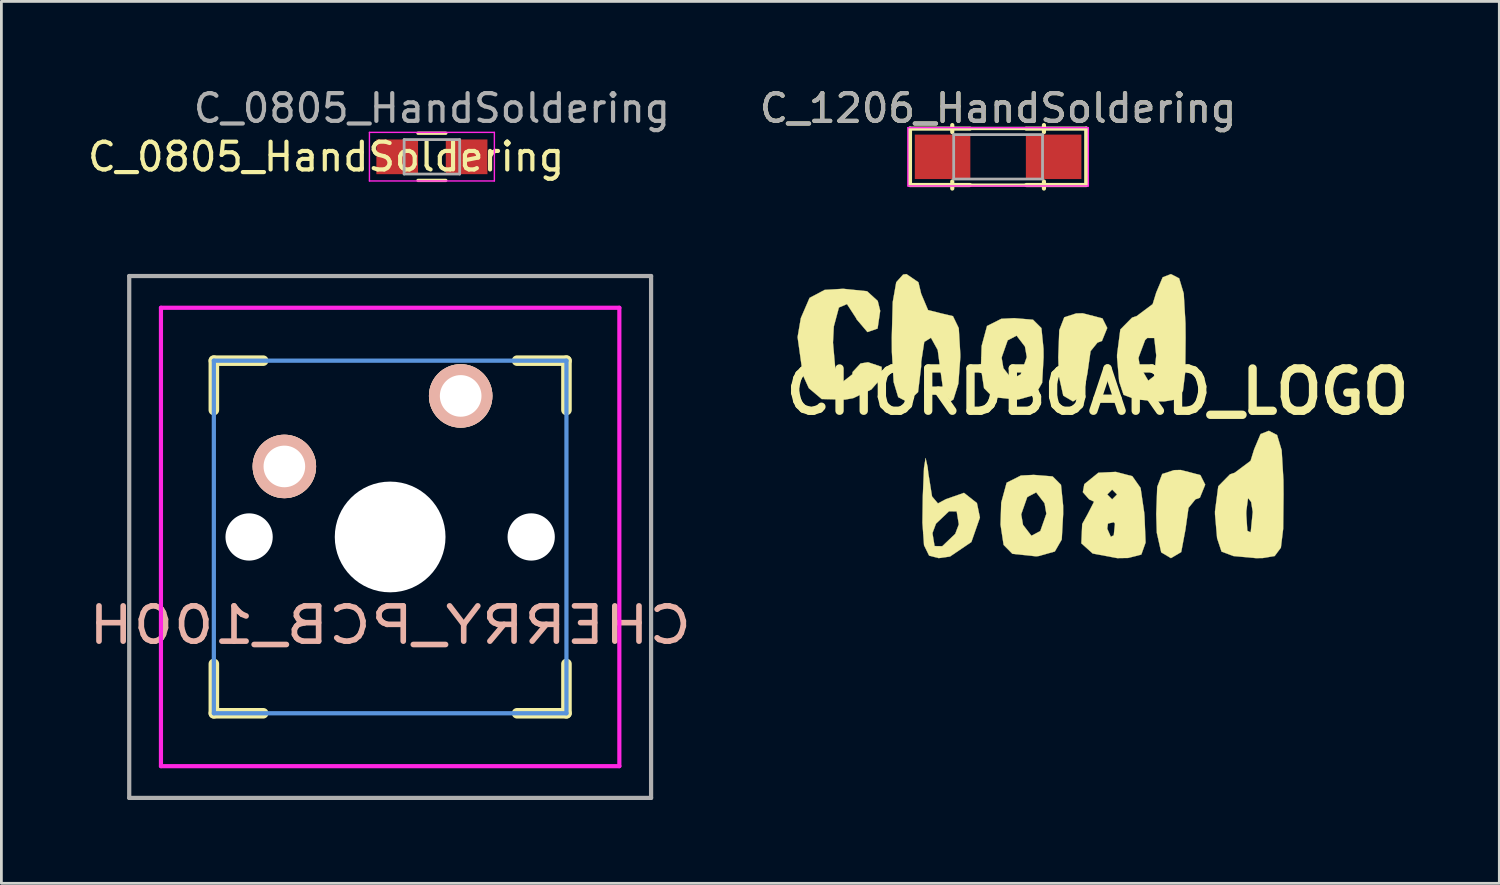
<source format=kicad_pcb>
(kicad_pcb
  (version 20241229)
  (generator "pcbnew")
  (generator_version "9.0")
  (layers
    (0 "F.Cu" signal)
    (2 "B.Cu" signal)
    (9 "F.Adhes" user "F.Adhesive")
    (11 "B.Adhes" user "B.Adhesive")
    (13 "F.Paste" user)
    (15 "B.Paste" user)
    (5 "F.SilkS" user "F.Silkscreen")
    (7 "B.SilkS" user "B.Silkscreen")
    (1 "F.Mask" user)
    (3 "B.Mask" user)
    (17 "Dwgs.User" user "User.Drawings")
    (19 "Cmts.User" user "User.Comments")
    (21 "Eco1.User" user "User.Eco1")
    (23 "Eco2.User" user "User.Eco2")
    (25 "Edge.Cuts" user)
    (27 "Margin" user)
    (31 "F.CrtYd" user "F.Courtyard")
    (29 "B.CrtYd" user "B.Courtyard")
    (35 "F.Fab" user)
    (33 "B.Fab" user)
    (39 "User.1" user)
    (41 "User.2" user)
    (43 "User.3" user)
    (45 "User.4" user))
  (footprint "CHERRY_PCB_100H"
    (layer "F.Cu")
    (at 11.002 16.29)
    (property "Reference" "CHERRY_PCB_100H" (at 0 3.175 0) (layer "B.SilkS") (effects (font (size 1.27 1.524) (thickness 0.203)) (justify mirror)))
    (attr through_hole)
    (fp_line (start -6.35 -6.35) (end -4.572 -6.35) (stroke (width 0.381) (type solid)) (layer "F.SilkS"))
    (fp_line (start -6.35 -4.572) (end -6.35 -6.35) (stroke (width 0.381) (type solid)) (layer "F.SilkS"))
    (fp_line (start -6.35 6.35) (end -6.35 4.572) (stroke (width 0.381) (type solid)) (layer "F.SilkS"))
    (fp_line (start -4.572 6.35) (end -6.35 6.35) (stroke (width 0.381) (type solid)) (layer "F.SilkS"))
    (fp_line (start 4.572 -6.35) (end 6.35 -6.35) (stroke (width 0.381) (type solid)) (layer "F.SilkS"))
    (fp_line (start 6.35 -6.35) (end 6.35 -4.572) (stroke (width 0.381) (type solid)) (layer "F.SilkS"))
    (fp_line (start 6.35 4.572) (end 6.35 6.35) (stroke (width 0.381) (type solid)) (layer "F.SilkS"))
    (fp_line (start 6.35 6.35) (end 4.572 6.35) (stroke (width 0.381) (type solid)) (layer "F.SilkS"))
    (fp_line (start -6.35 -6.35) (end 6.35 -6.35) (stroke (width 0.152) (type solid)) (layer "Cmts.User"))
    (fp_line (start -6.35 6.35) (end -6.35 -6.35) (stroke (width 0.152) (type solid)) (layer "Cmts.User"))
    (fp_line (start 6.35 -6.35) (end 6.35 6.35) (stroke (width 0.152) (type solid)) (layer "Cmts.User"))
    (fp_line (start 6.35 6.35) (end -6.35 6.35) (stroke (width 0.152) (type solid)) (layer "Cmts.User"))
    (fp_line (start -6.985 -6.985) (end 6.985 -6.985) (stroke (width 0.152) (type solid)) (layer "Eco2.User"))
    (fp_line (start -6.985 6.985) (end -6.985 -6.985) (stroke (width 0.152) (type solid)) (layer "Eco2.User"))
    (fp_line (start 6.985 -6.985) (end 6.985 6.985) (stroke (width 0.152) (type solid)) (layer "Eco2.User"))
    (fp_line (start 6.985 6.985) (end -6.985 6.985) (stroke (width 0.152) (type solid)) (layer "Eco2.User"))
    (fp_line (start -8.255 -8.255) (end 8.255 -8.255) (stroke (width 0.15) (type solid)) (layer "F.CrtYd"))
    (fp_line (start -8.255 8.255) (end -8.255 -8.255) (stroke (width 0.15) (type solid)) (layer "F.CrtYd"))
    (fp_line (start 8.255 -8.255) (end 8.255 8.255) (stroke (width 0.15) (type solid)) (layer "F.CrtYd"))
    (fp_line (start 8.255 8.255) (end -8.255 8.255) (stroke (width 0.15) (type solid)) (layer "F.CrtYd"))
    (fp_line (start -9.398 -9.398) (end 9.398 -9.398) (stroke (width 0.152) (type solid)) (layer "F.Fab"))
    (fp_line (start -9.398 9.398) (end -9.398 -9.398) (stroke (width 0.152) (type solid)) (layer "F.Fab"))
    (fp_line (start 9.398 -9.398) (end 9.398 9.398) (stroke (width 0.152) (type solid)) (layer "F.Fab"))
    (fp_line (start 9.398 9.398) (end -9.398 9.398) (stroke (width 0.152) (type solid)) (layer "F.Fab"))
    (pad "" np_thru_hole circle (at -5.08 0) (size 1.702 1.702) (drill 1.702) (layers "*.Cu"))
    (pad "" np_thru_hole circle (at 0 0) (size 3.988 3.988) (drill 3.988) (layers "*.Cu"))
    (pad "" np_thru_hole circle (at 5.08 0) (size 1.702 1.702) (drill 1.702) (layers "*.Cu"))
    (pad "1" thru_hole circle (at 2.54 -5.08) (size 2.286 2.286) (drill 1.499) (layers "*.Cu" "*.SilkS" "*.Mask"))
    (pad "2" thru_hole circle (at -3.81 -2.54) (size 2.286 2.286) (drill 1.499) (layers "*.Cu" "*.SilkS" "*.Mask")))
  (footprint "CHORDBOARD_LOGO"
    (layer "F.Cu")
    (at 36.477 11.055)
    (property "Reference" "CHORDBOARD_LOGO" (at 0 0 0) (layer "F.SilkS") (effects (font (size 1.524 1.524) (thickness 0.3))))
    (attr through_hole)
    (fp_poly (pts (xy 0.18 -2.638) (xy 0.353 -2.293) (xy 0.162 -1.824) (xy 0 -1.764) (xy -0.248 -1.457) (xy -0.353 -0.719) (xy -0.353 -0.706) (xy -0.511 0.135) (xy -0.882 0.353) (xy -1.231 0.145) (xy -1.39 -0.561) (xy -1.411 -1.235) (xy -1.375 -2.214) (xy -1.195 -2.678) (xy -0.767 -2.816) (xy -0.529 -2.822) (xy 0.18 -2.638)) (stroke (width 0.01) (type solid)) (fill yes) (layer "F.SilkS"))
    (fp_poly (pts (xy 3.708 3.006) (xy 3.881 3.351) (xy 3.69 3.821) (xy 3.528 3.881) (xy 3.28 4.187) (xy 3.175 4.926) (xy 3.175 4.939) (xy 3.017 5.779) (xy 2.646 5.997) (xy 2.297 5.789) (xy 2.138 5.083) (xy 2.117 4.41) (xy 2.153 3.43) (xy 2.333 2.966) (xy 2.761 2.828) (xy 2.999 2.822) (xy 3.708 3.006)) (stroke (width 0.01) (type solid)) (fill yes) (layer "F.SilkS"))
    (fp_poly (pts (xy -2.32 -2.59) (xy -2.018 -2.288) (xy -1.942 -1.538) (xy -1.94 -1.235) (xy -1.992 -0.318) (xy -2.239 0.114) (xy -2.822 0.277) (xy -2.912 0.288) (xy -3.769 0.197) (xy -4.085 -0.123) (xy -4.197 -0.852) (xy -4.185 -1.225) (xy -3.452 -1.225) (xy -3.387 -0.847) (xy -3.085 -0.454) (xy -2.764 -0.623) (xy -2.545 -1.244) (xy -2.611 -1.623) (xy -2.912 -2.016) (xy -3.233 -1.847) (xy -3.452 -1.225) (xy -4.185 -1.225) (xy -4.171 -1.646) (xy -3.977 -2.364) (xy -3.462 -2.623) (xy -2.999 -2.646) (xy -2.32 -2.59)) (stroke (width 0.01) (type solid)) (fill yes) (layer "F.SilkS"))
    (fp_poly (pts (xy -1.614 3.054) (xy -1.313 3.356) (xy -1.236 4.107) (xy -1.235 4.41) (xy -1.286 5.327) (xy -1.534 5.758) (xy -2.116 5.922) (xy -2.207 5.933) (xy -3.064 5.842) (xy -3.38 5.521) (xy -3.491 4.792) (xy -3.479 4.419) (xy -2.746 4.419) (xy -2.681 4.798) (xy -2.379 5.191) (xy -2.058 5.022) (xy -1.84 4.4) (xy -1.905 4.022) (xy -2.207 3.629) (xy -2.528 3.798) (xy -2.746 4.419) (xy -3.479 4.419) (xy -3.466 3.999) (xy -3.271 3.281) (xy -2.756 3.022) (xy -2.293 2.999) (xy -1.614 3.054)) (stroke (width 0.01) (type solid)) (fill yes) (layer "F.SilkS"))
    (fp_poly (pts (xy -6.116 2.722) (xy -6.092 2.935) (xy -5.957 3.776) (xy -5.745 4.027) (xy -5.461 3.875) (xy -4.808 3.646) (xy -4.341 4.013) (xy -4.233 4.536) (xy -4.541 5.418) (xy -5.311 5.94) (xy -5.715 5.997) (xy -6.063 5.907) (xy -6.246 5.534) (xy -6.277 5.097) (xy -5.943 5.097) (xy -5.866 5.563) (xy -5.59 5.568) (xy -5.122 5.122) (xy -4.993 4.781) (xy -5.07 4.315) (xy -5.346 4.31) (xy -5.815 4.755) (xy -5.943 5.097) (xy -6.277 5.097) (xy -6.304 4.722) (xy -6.291 3.792) (xy -6.247 2.745) (xy -6.19 2.392) (xy -6.116 2.722)) (stroke (width 0.01) (type solid)) (fill yes) (layer "F.SilkS"))
    (fp_poly (pts (xy -6.448 -3.939) (xy -6.35 -3.528) (xy -6.101 -2.938) (xy -5.644 -2.822) (xy -5.204 -2.718) (xy -4.995 -2.287) (xy -4.939 -1.349) (xy -4.939 -1.235) (xy -5.009 -0.288) (xy -5.186 0.28) (xy -5.292 0.353) (xy -5.541 0.047) (xy -5.644 -0.685) (xy -5.753 -1.499) (xy -5.997 -1.94) (xy -6.237 -1.791) (xy -6.347 -1.073) (xy -6.35 -0.903) (xy -6.461 0.019) (xy -6.817 0.349) (xy -6.879 0.353) (xy -7.176 0.2) (xy -7.341 -0.347) (xy -7.404 -1.42) (xy -7.408 -1.94) (xy -7.373 -3.226) (xy -7.247 -3.941) (xy -6.999 -4.217) (xy -6.879 -4.233) (xy -6.448 -3.939)) (stroke (width 0.01) (type solid)) (fill yes) (layer "F.SilkS"))
    (fp_poly (pts (xy -8.298 -3.616) (xy -7.913 -3.266) (xy -7.825 -2.91) (xy -7.919 -2.271) (xy -8.284 -2.145) (xy -8.676 -2.607) (xy -8.692 -2.646) (xy -9.021 -3.153) (xy -9.312 -3.029) (xy -9.495 -2.346) (xy -9.525 -1.764) (xy -9.447 -0.88) (xy -9.251 -0.389) (xy -9.172 -0.353) (xy -8.83 -0.621) (xy -8.819 -0.706) (xy -8.532 -1.014) (xy -8.264 -1.058) (xy -7.773 -0.893) (xy -7.767 -0.509) (xy -8.144 -0.076) (xy -8.8 0.236) (xy -9.087 0.287) (xy -9.932 0.267) (xy -10.396 -0.125) (xy -10.609 -0.595) (xy -10.8 -1.962) (xy -10.684 -2.646) (xy -10.369 -3.376) (xy -9.826 -3.664) (xy -9.159 -3.704) (xy -8.298 -3.616)) (stroke (width 0.01) (type solid)) (fill yes) (layer "F.SilkS"))
    (fp_poly (pts (xy 2.943 -4.08) (xy 3.108 -3.533) (xy 3.171 -2.461) (xy 3.175 -1.94) (xy 3.163 -0.709) (xy 3.079 -0.023) (xy 2.855 0.277) (xy 2.421 0.351) (xy 2.175 0.353) (xy 1.368 0.277) (xy 0.941 0.118) (xy 0.781 -0.365) (xy 0.707 -1.217) (xy 1.477 -1.217) (xy 1.53 -0.906) (xy 1.83 -0.396) (xy 2.041 -0.559) (xy 2.117 -1.305) (xy 2.046 -1.93) (xy 1.799 -1.933) (xy 1.717 -1.858) (xy 1.477 -1.217) (xy 0.707 -1.217) (xy 0.706 -1.227) (xy 0.706 -1.327) (xy 0.824 -2.237) (xy 1.246 -2.665) (xy 1.411 -2.72) (xy 1.988 -3.151) (xy 2.117 -3.569) (xy 2.349 -4.118) (xy 2.646 -4.233) (xy 2.943 -4.08)) (stroke (width 0.01) (type solid)) (fill yes) (layer "F.SilkS"))
    (fp_poly (pts (xy 6.47 1.564) (xy 6.635 2.111) (xy 6.699 3.184) (xy 6.703 3.704) (xy 6.69 4.936) (xy 6.607 5.622) (xy 6.383 5.922) (xy 5.949 5.995) (xy 5.703 5.997) (xy 4.895 5.922) (xy 4.469 5.762) (xy 4.309 5.279) (xy 4.234 4.417) (xy 4.234 4.41) (xy 5.36 4.41) (xy 5.399 5.012) (xy 5.509 5.065) (xy 5.523 5.034) (xy 5.593 4.333) (xy 5.536 3.975) (xy 5.424 3.832) (xy 5.363 4.3) (xy 5.36 4.41) (xy 4.234 4.41) (xy 4.233 4.318) (xy 4.352 3.408) (xy 4.774 2.979) (xy 4.939 2.924) (xy 5.515 2.493) (xy 5.644 2.076) (xy 5.876 1.527) (xy 6.174 1.411) (xy 6.47 1.564)) (stroke (width 0.01) (type solid)) (fill yes) (layer "F.SilkS"))
    (fp_poly (pts (xy 1.257 3.047) (xy 1.554 3.47) (xy 1.686 4.369) (xy 1.696 4.498) (xy 1.734 5.437) (xy 1.58 5.869) (xy 1.105 5.991) (xy 0.715 5.997) (xy -0.172 5.831) (xy -0.58 5.464) (xy -0.557 4.939) (xy 0.353 4.939) (xy 0.482 5.229) (xy 0.588 5.174) (xy 0.63 4.755) (xy 0.588 4.704) (xy 0.378 4.752) (xy 0.353 4.939) (xy -0.557 4.939) (xy -0.549 4.768) (xy -0.349 4.405) (xy -0.123 3.964) (xy -0.299 3.881) (xy -0.454 3.704) (xy 0.353 3.704) (xy 0.529 3.881) (xy 0.706 3.704) (xy 0.529 3.528) (xy 0.353 3.704) (xy -0.454 3.704) (xy -0.526 3.622) (xy -0.473 3.332) (xy 0.034 2.921) (xy 0.662 2.891) (xy 1.257 3.047)) (stroke (width 0.01) (type solid)) (fill yes) (layer "F.SilkS")))
  (footprint "C_1206_HandSoldering"
    (layer "F.Cu")
    (at 32.899 2.598)
    (property "Reference" "C_1206_HandSoldering" (at 0 -1.75 0) (layer "F.SilkS") (effects (font (size 1 1) (thickness 0.15))))
    (attr smd)
    (fp_line (start -3.175 -1.016) (end -3.175 1.016) (stroke (width 0.15) (type solid)) (layer "F.SilkS"))
    (fp_line (start -3.175 1.016) (end -1.016 1.016) (stroke (width 0.15) (type solid)) (layer "F.SilkS"))
    (fp_line (start -1.651 -1.143) (end -1.651 -0.889) (stroke (width 0.15) (type solid)) (layer "F.SilkS"))
    (fp_line (start -1.651 0.889) (end -1.651 1.143) (stroke (width 0.15) (type solid)) (layer "F.SilkS"))
    (fp_line (start -1.016 -1.016) (end -3.175 -1.016) (stroke (width 0.15) (type solid)) (layer "F.SilkS"))
    (fp_line (start -1 1.02) (end 1 1.02) (stroke (width 0.12) (type solid)) (layer "F.SilkS"))
    (fp_line (start 1 -1.02) (end -1 -1.02) (stroke (width 0.12) (type solid)) (layer "F.SilkS"))
    (fp_line (start 1.016 1.016) (end 3.175 1.016) (stroke (width 0.15) (type solid)) (layer "F.SilkS"))
    (fp_line (start 1.651 -0.889) (end 1.651 -1.143) (stroke (width 0.15) (type solid)) (layer "F.SilkS"))
    (fp_line (start 1.651 0.889) (end 1.651 1.143) (stroke (width 0.15) (type solid)) (layer "F.SilkS"))
    (fp_line (start 3.175 -1.016) (end 1.016 -1.016) (stroke (width 0.15) (type solid)) (layer "F.SilkS"))
    (fp_line (start 3.175 1.016) (end 3.175 -1.016) (stroke (width 0.15) (type solid)) (layer "F.SilkS"))
    (fp_line (start -3.25 -1.05) (end -3.25 1.05) (stroke (width 0.05) (type solid)) (layer "F.CrtYd"))
    (fp_line (start -3.25 -1.05) (end 3.25 -1.05) (stroke (width 0.05) (type solid)) (layer "F.CrtYd"))
    (fp_line (start 3.25 1.05) (end -3.25 1.05) (stroke (width 0.05) (type solid)) (layer "F.CrtYd"))
    (fp_line (start 3.25 1.05) (end 3.25 -1.05) (stroke (width 0.05) (type solid)) (layer "F.CrtYd"))
    (fp_line (start -1.6 -0.8) (end 1.6 -0.8) (stroke (width 0.1) (type solid)) (layer "F.Fab"))
    (fp_line (start -1.6 0.8) (end -1.6 -0.8) (stroke (width 0.1) (type solid)) (layer "F.Fab"))
    (fp_line (start 1.6 -0.8) (end 1.6 0.8) (stroke (width 0.1) (type solid)) (layer "F.Fab"))
    (fp_line (start 1.6 0.8) (end -1.6 0.8) (stroke (width 0.1) (type solid)) (layer "F.Fab"))
    (fp_text user "${REFERENCE}" (at 0 -1.75 0) (layer "F.Fab") (effects (font (size 1 1) (thickness 0.15))))
    (pad "1" smd rect (at -2 0) (size 2 1.6) (layers "F.Cu" "F.Mask" "F.Paste"))
    (pad "2" smd rect (at 2 0) (size 2 1.6) (layers "F.Cu" "F.Mask" "F.Paste")))
  (footprint "C_0805_HandSoldering"
    (layer "F.Cu")
    (at 12.506 2.598)
    (property "Reference" "C_0805_HandSoldering" (at -3.81 0 0) (layer "F.SilkS") (effects (font (size 1 1) (thickness 0.15))))
    (attr smd)
    (fp_line (start -0.5 0.85) (end 0.5 0.85) (stroke (width 0.12) (type solid)) (layer "F.SilkS"))
    (fp_line (start 0.5 -0.85) (end -0.5 -0.85) (stroke (width 0.12) (type solid)) (layer "F.SilkS"))
    (fp_line (start -2.25 -0.88) (end -2.25 0.87) (stroke (width 0.05) (type solid)) (layer "F.CrtYd"))
    (fp_line (start -2.25 -0.88) (end 2.25 -0.88) (stroke (width 0.05) (type solid)) (layer "F.CrtYd"))
    (fp_line (start 2.25 0.87) (end -2.25 0.87) (stroke (width 0.05) (type solid)) (layer "F.CrtYd"))
    (fp_line (start 2.25 0.87) (end 2.25 -0.88) (stroke (width 0.05) (type solid)) (layer "F.CrtYd"))
    (fp_line (start -1 -0.62) (end 1 -0.62) (stroke (width 0.1) (type solid)) (layer "F.Fab"))
    (fp_line (start -1 0.62) (end -1 -0.62) (stroke (width 0.1) (type solid)) (layer "F.Fab"))
    (fp_line (start 1 -0.62) (end 1 0.62) (stroke (width 0.1) (type solid)) (layer "F.Fab"))
    (fp_line (start 1 0.62) (end -1 0.62) (stroke (width 0.1) (type solid)) (layer "F.Fab"))
    (fp_text user "${REFERENCE}" (at 0 -1.75 0) (layer "F.Fab") (effects (font (size 1 1) (thickness 0.15))))
    (pad "1" smd rect (at -1.25 0) (size 1.5 1.25) (layers "F.Cu" "F.Mask" "F.Paste"))
    (pad "2" smd rect (at 1.25 0) (size 1.5 1.25) (layers "F.Cu" "F.Mask" "F.Paste")))
  (gr_rect
    (start -3 -3)
    (end 50.951 28.765)
    (stroke (width 0.1) (type default))
    (fill no)
    (layer "Edge.Cuts")))
</source>
